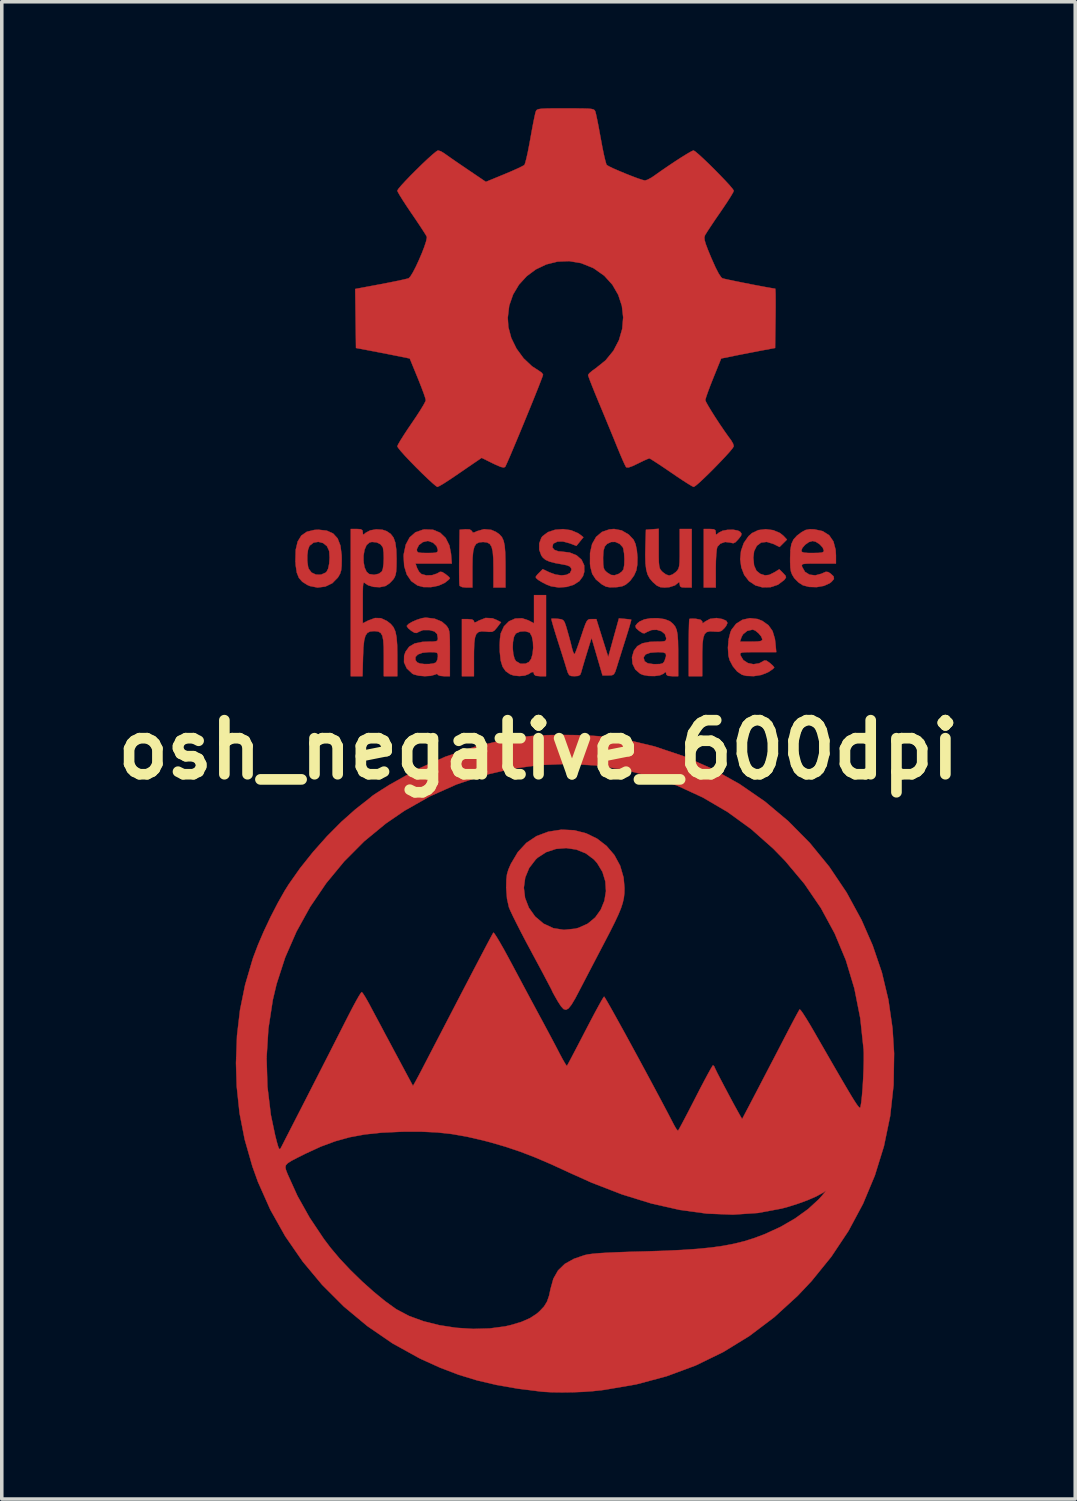
<source format=kicad_pcb>
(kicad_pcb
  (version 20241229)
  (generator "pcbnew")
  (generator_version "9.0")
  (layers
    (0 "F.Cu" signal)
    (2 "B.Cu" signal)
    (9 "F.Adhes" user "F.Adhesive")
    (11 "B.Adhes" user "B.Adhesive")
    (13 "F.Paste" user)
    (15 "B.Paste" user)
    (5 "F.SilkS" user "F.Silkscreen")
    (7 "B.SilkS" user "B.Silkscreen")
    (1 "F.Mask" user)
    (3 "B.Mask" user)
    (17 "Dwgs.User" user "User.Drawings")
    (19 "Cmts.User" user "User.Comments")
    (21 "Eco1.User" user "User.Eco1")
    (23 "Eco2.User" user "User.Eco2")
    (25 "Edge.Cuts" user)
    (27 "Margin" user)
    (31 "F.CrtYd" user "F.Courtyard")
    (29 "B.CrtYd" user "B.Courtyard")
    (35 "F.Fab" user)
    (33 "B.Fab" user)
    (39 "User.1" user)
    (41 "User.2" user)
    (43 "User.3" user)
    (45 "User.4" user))
  (footprint "osh_negative_600dpi"
    (layer "F.Cu")
    (at 12.127 18.081)
    (property "Reference" "osh_negative_600dpi" (at 0 0 0) (layer "F.SilkS") (effects (font (size 1.524 1.524) (thickness 0.3))))
    (attr through_hole)
    (fp_poly (pts (xy -1.297 -3.706) (xy -1.182 -3.66) (xy -1.056 -3.595) (xy -1.166 -3.451) (xy -1.239 -3.364) (xy -1.305 -3.326) (xy -1.4 -3.323) (xy -1.479 -3.331) (xy -1.601 -3.338) (xy -1.69 -3.319) (xy -1.752 -3.264) (xy -1.79 -3.163) (xy -1.811 -3.003) (xy -1.819 -2.776) (xy -1.82 -2.615) (xy -1.82 -2.074) (xy -2.159 -2.074) (xy -2.159 -3.683) (xy -1.99 -3.683) (xy -1.871 -3.672) (xy -1.823 -3.637) (xy -1.82 -3.62) (xy -1.808 -3.587) (xy -1.758 -3.599) (xy -1.683 -3.641) (xy -1.491 -3.716) (xy -1.297 -3.706)) (stroke (width 0.01) (type solid)) (fill yes) (layer "F.Cu"))
    (fp_poly (pts (xy 4.936 -6.216) (xy 4.985 -6.188) (xy 4.995 -6.132) (xy 4.999 -6.07) (xy 5.025 -6.071) (xy 5.084 -6.121) (xy 5.187 -6.173) (xy 5.333 -6.2) (xy 5.488 -6.202) (xy 5.621 -6.177) (xy 5.689 -6.138) (xy 5.721 -6.09) (xy 5.709 -6.036) (xy 5.645 -5.95) (xy 5.633 -5.936) (xy 5.552 -5.85) (xy 5.489 -5.821) (xy 5.414 -5.836) (xy 5.404 -5.84) (xy 5.258 -5.857) (xy 5.125 -5.81) (xy 5.04 -5.72) (xy 5.023 -5.646) (xy 5.009 -5.507) (xy 4.999 -5.322) (xy 4.995 -5.11) (xy 4.995 -5.104) (xy 4.995 -4.572) (xy 4.657 -4.572) (xy 4.657 -6.223) (xy 4.826 -6.223) (xy 4.936 -6.216)) (stroke (width 0.01) (type solid)) (fill yes) (layer "F.Cu"))
    (fp_poly (pts (xy 5.182 -3.684) (xy 5.292 -3.635) (xy 5.325 -3.574) (xy 5.286 -3.488) (xy 5.233 -3.423) (xy 5.159 -3.353) (xy 5.079 -3.326) (xy 4.958 -3.331) (xy 4.944 -3.333) (xy 4.826 -3.338) (xy 4.739 -3.317) (xy 4.68 -3.259) (xy 4.643 -3.153) (xy 4.623 -2.99) (xy 4.615 -2.757) (xy 4.614 -2.615) (xy 4.614 -2.074) (xy 4.233 -2.074) (xy 4.233 -2.872) (xy 4.234 -3.123) (xy 4.237 -3.343) (xy 4.241 -3.52) (xy 4.246 -3.639) (xy 4.252 -3.688) (xy 4.252 -3.688) (xy 4.302 -3.696) (xy 4.405 -3.694) (xy 4.443 -3.69) (xy 4.565 -3.666) (xy 4.613 -3.621) (xy 4.614 -3.608) (xy 4.622 -3.567) (xy 4.66 -3.585) (xy 4.691 -3.612) (xy 4.835 -3.69) (xy 5.016 -3.713) (xy 5.182 -3.684)) (stroke (width 0.01) (type solid)) (fill yes) (layer "F.Cu"))
    (fp_poly (pts (xy 6.616 -6.189) (xy 6.805 -6.109) (xy 6.903 -6.03) (xy 7.002 -5.924) (xy 6.793 -5.716) (xy 6.619 -5.802) (xy 6.433 -5.859) (xy 6.274 -5.84) (xy 6.153 -5.75) (xy 6.076 -5.597) (xy 6.054 -5.415) (xy 6.075 -5.196) (xy 6.142 -5.045) (xy 6.251 -4.958) (xy 6.383 -4.916) (xy 6.504 -4.93) (xy 6.642 -4.999) (xy 6.786 -5.087) (xy 6.894 -4.979) (xy 6.962 -4.905) (xy 6.975 -4.857) (xy 6.937 -4.801) (xy 6.919 -4.781) (xy 6.747 -4.651) (xy 6.536 -4.582) (xy 6.309 -4.578) (xy 6.115 -4.632) (xy 5.931 -4.754) (xy 5.797 -4.929) (xy 5.715 -5.141) (xy 5.684 -5.372) (xy 5.707 -5.606) (xy 5.785 -5.828) (xy 5.918 -6.019) (xy 6.017 -6.107) (xy 6.194 -6.191) (xy 6.403 -6.217) (xy 6.616 -6.189)) (stroke (width 0.01) (type solid)) (fill yes) (layer "F.Cu"))
    (fp_poly (pts (xy 3.387 -5.673) (xy 3.387 -5.446) (xy 3.391 -5.287) (xy 3.401 -5.181) (xy 3.419 -5.111) (xy 3.449 -5.061) (xy 3.491 -5.015) (xy 3.587 -4.943) (xy 3.678 -4.911) (xy 3.683 -4.911) (xy 3.773 -4.939) (xy 3.87 -5.009) (xy 3.875 -5.015) (xy 3.918 -5.061) (xy 3.947 -5.112) (xy 3.965 -5.183) (xy 3.975 -5.29) (xy 3.979 -5.449) (xy 3.979 -5.671) (xy 3.979 -6.223) (xy 4.318 -6.223) (xy 4.318 -4.572) (xy 4.149 -4.572) (xy 4.039 -4.578) (xy 3.99 -4.606) (xy 3.979 -4.667) (xy 3.968 -4.724) (xy 3.947 -4.716) (xy 3.846 -4.634) (xy 3.688 -4.583) (xy 3.554 -4.572) (xy 3.433 -4.583) (xy 3.336 -4.627) (xy 3.228 -4.721) (xy 3.217 -4.732) (xy 3.134 -4.829) (xy 3.074 -4.939) (xy 3.036 -5.077) (xy 3.014 -5.256) (xy 3.008 -5.492) (xy 3.014 -5.779) (xy 3.027 -6.202) (xy 3.207 -6.215) (xy 3.387 -6.228) (xy 3.387 -5.673)) (stroke (width 0.01) (type solid)) (fill yes) (layer "F.Cu"))
    (fp_poly (pts (xy -1.331 -6.198) (xy -1.198 -6.14) (xy -1.102 -6.072) (xy -1.032 -5.994) (xy -0.984 -5.891) (xy -0.954 -5.75) (xy -0.938 -5.556) (xy -0.932 -5.297) (xy -0.931 -5.188) (xy -0.931 -4.572) (xy -1.27 -4.572) (xy -1.27 -5.118) (xy -1.274 -5.388) (xy -1.29 -5.584) (xy -1.322 -5.719) (xy -1.374 -5.801) (xy -1.45 -5.843) (xy -1.556 -5.856) (xy -1.566 -5.856) (xy -1.675 -5.845) (xy -1.754 -5.806) (xy -1.807 -5.727) (xy -1.841 -5.598) (xy -1.858 -5.407) (xy -1.863 -5.143) (xy -1.863 -5.118) (xy -1.863 -4.572) (xy -2.033 -4.572) (xy -2.153 -4.585) (xy -2.22 -4.618) (xy -2.225 -4.626) (xy -2.231 -4.685) (xy -2.235 -4.813) (xy -2.237 -4.996) (xy -2.237 -5.22) (xy -2.234 -5.441) (xy -2.223 -6.202) (xy -2.063 -6.215) (xy -1.941 -6.211) (xy -1.883 -6.171) (xy -1.879 -6.163) (xy -1.853 -6.123) (xy -1.803 -6.128) (xy -1.734 -6.161) (xy -1.536 -6.218) (xy -1.331 -6.198)) (stroke (width 0.01) (type solid)) (fill yes) (layer "F.Cu"))
    (fp_poly (pts (xy -5.968 -6.176) (xy -5.789 -6.096) (xy -5.662 -5.957) (xy -5.583 -5.754) (xy -5.548 -5.482) (xy -5.546 -5.369) (xy -5.549 -5.185) (xy -5.562 -5.059) (xy -5.591 -4.964) (xy -5.642 -4.874) (xy -5.656 -4.853) (xy -5.811 -4.695) (xy -6.008 -4.6) (xy -6.227 -4.572) (xy -6.448 -4.616) (xy -6.516 -4.646) (xy -6.657 -4.735) (xy -6.753 -4.844) (xy -6.812 -4.991) (xy -6.843 -5.194) (xy -6.851 -5.333) (xy -6.847 -5.484) (xy -6.516 -5.484) (xy -6.516 -5.312) (xy -6.494 -5.157) (xy -6.478 -5.103) (xy -6.397 -4.995) (xy -6.272 -4.937) (xy -6.13 -4.935) (xy -6 -4.993) (xy -5.975 -5.015) (xy -5.93 -5.101) (xy -5.9 -5.243) (xy -5.888 -5.41) (xy -5.897 -5.573) (xy -5.902 -5.606) (xy -5.963 -5.739) (xy -6.071 -5.826) (xy -6.204 -5.861) (xy -6.338 -5.839) (xy -6.449 -5.754) (xy -6.457 -5.743) (xy -6.496 -5.638) (xy -6.516 -5.484) (xy -6.847 -5.484) (xy -6.843 -5.635) (xy -6.788 -5.869) (xy -6.684 -6.038) (xy -6.529 -6.145) (xy -6.318 -6.196) (xy -6.202 -6.202) (xy -5.968 -6.176)) (stroke (width 0.01) (type solid)) (fill yes) (layer "F.Cu"))
    (fp_poly (pts (xy 0.212 -2.074) (xy 0.042 -2.074) (xy -0.075 -2.085) (xy -0.124 -2.12) (xy -0.127 -2.138) (xy -0.145 -2.193) (xy -0.203 -2.183) (xy -0.273 -2.136) (xy -0.385 -2.092) (xy -0.54 -2.077) (xy -0.698 -2.093) (xy -0.8 -2.128) (xy -0.927 -2.217) (xy -1.013 -2.341) (xy -1.066 -2.515) (xy -1.091 -2.756) (xy -1.092 -2.761) (xy -1.093 -2.867) (xy -0.727 -2.867) (xy -0.711 -2.699) (xy -0.675 -2.562) (xy -0.635 -2.498) (xy -0.508 -2.424) (xy -0.365 -2.428) (xy -0.269 -2.475) (xy -0.207 -2.562) (xy -0.167 -2.703) (xy -0.15 -2.872) (xy -0.157 -3.043) (xy -0.187 -3.192) (xy -0.241 -3.291) (xy -0.26 -3.307) (xy -0.378 -3.341) (xy -0.519 -3.331) (xy -0.634 -3.281) (xy -0.642 -3.274) (xy -0.692 -3.183) (xy -0.72 -3.038) (xy -0.727 -2.867) (xy -1.093 -2.867) (xy -1.095 -2.951) (xy -1.086 -3.131) (xy -1.067 -3.267) (xy -1.064 -3.283) (xy -0.973 -3.48) (xy -0.833 -3.621) (xy -0.658 -3.699) (xy -0.463 -3.707) (xy -0.286 -3.648) (xy -0.127 -3.565) (xy -0.127 -4.36) (xy 0.212 -4.36) (xy 0.212 -2.074)) (stroke (width 0.01) (type solid)) (fill yes) (layer "F.Cu"))
    (fp_poly (pts (xy 2.344 -6.182) (xy 2.542 -6.066) (xy 2.679 -5.92) (xy 2.734 -5.799) (xy 2.771 -5.623) (xy 2.789 -5.42) (xy 2.784 -5.218) (xy 2.757 -5.057) (xy 2.693 -4.913) (xy 2.59 -4.771) (xy 2.562 -4.743) (xy 2.459 -4.655) (xy 2.358 -4.608) (xy 2.219 -4.585) (xy 2.17 -4.582) (xy 2.013 -4.578) (xy 1.902 -4.598) (xy 1.801 -4.651) (xy 1.782 -4.664) (xy 1.616 -4.802) (xy 1.514 -4.958) (xy 1.461 -5.157) (xy 1.451 -5.24) (xy 1.452 -5.394) (xy 1.82 -5.394) (xy 1.823 -5.231) (xy 1.836 -5.129) (xy 1.865 -5.063) (xy 1.918 -5.01) (xy 1.932 -4.998) (xy 2.043 -4.928) (xy 2.143 -4.918) (xy 2.262 -4.959) (xy 2.351 -5.024) (xy 2.395 -5.088) (xy 2.416 -5.211) (xy 2.421 -5.371) (xy 2.412 -5.534) (xy 2.39 -5.665) (xy 2.374 -5.71) (xy 2.285 -5.805) (xy 2.161 -5.859) (xy 2.043 -5.856) (xy 1.933 -5.803) (xy 1.866 -5.727) (xy 1.831 -5.608) (xy 1.82 -5.428) (xy 1.82 -5.394) (xy 1.452 -5.394) (xy 1.452 -5.545) (xy 1.51 -5.8) (xy 1.623 -6) (xy 1.787 -6.139) (xy 1.998 -6.212) (xy 2.129 -6.223) (xy 2.344 -6.182)) (stroke (width 0.01) (type solid)) (fill yes) (layer "F.Cu"))
    (fp_poly (pts (xy 0.914 -6.188) (xy 1.112 -6.105) (xy 1.172 -6.064) (xy 1.265 -5.99) (xy 1.068 -5.747) (xy 0.879 -5.819) (xy 0.69 -5.87) (xy 0.535 -5.869) (xy 0.429 -5.817) (xy 0.409 -5.793) (xy 0.391 -5.705) (xy 0.445 -5.635) (xy 0.557 -5.593) (xy 0.63 -5.588) (xy 0.877 -5.559) (xy 1.073 -5.48) (xy 1.213 -5.357) (xy 1.287 -5.2) (xy 1.29 -5.016) (xy 1.253 -4.893) (xy 1.152 -4.754) (xy 0.992 -4.651) (xy 0.793 -4.59) (xy 0.573 -4.574) (xy 0.353 -4.608) (xy 0.233 -4.653) (xy 0.106 -4.718) (xy -0.001 -4.783) (xy -0.021 -4.798) (xy -0.073 -4.844) (xy -0.075 -4.884) (xy -0.024 -4.947) (xy 0.007 -4.978) (xy 0.119 -5.091) (xy 0.306 -5.001) (xy 0.481 -4.938) (xy 0.647 -4.915) (xy 0.787 -4.931) (xy 0.886 -4.982) (xy 0.927 -5.066) (xy 0.925 -5.104) (xy 0.891 -5.16) (xy 0.804 -5.199) (xy 0.698 -5.221) (xy 0.47 -5.262) (xy 0.31 -5.304) (xy 0.2 -5.352) (xy 0.125 -5.414) (xy 0.08 -5.474) (xy 0.02 -5.638) (xy 0.021 -5.816) (xy 0.08 -5.976) (xy 0.113 -6.02) (xy 0.267 -6.135) (xy 0.468 -6.201) (xy 0.692 -6.219) (xy 0.914 -6.188)) (stroke (width 0.01) (type solid)) (fill yes) (layer "F.Cu"))
    (fp_poly (pts (xy -2.973 -6.201) (xy -2.773 -6.118) (xy -2.617 -5.969) (xy -2.512 -5.76) (xy -2.466 -5.525) (xy -2.444 -5.249) (xy -3.467 -5.249) (xy -3.422 -5.121) (xy -3.367 -5.018) (xy -3.3 -4.952) (xy -3.162 -4.915) (xy -3 -4.921) (xy -2.861 -4.967) (xy -2.845 -4.977) (xy -2.776 -5.016) (xy -2.715 -5.01) (xy -2.627 -4.955) (xy -2.624 -4.953) (xy -2.541 -4.887) (xy -2.499 -4.839) (xy -2.498 -4.834) (xy -2.53 -4.794) (xy -2.61 -4.73) (xy -2.65 -4.701) (xy -2.822 -4.624) (xy -3.032 -4.584) (xy -3.243 -4.586) (xy -3.411 -4.63) (xy -3.587 -4.754) (xy -3.713 -4.94) (xy -3.786 -5.178) (xy -3.802 -5.457) (xy -3.798 -5.514) (xy -3.773 -5.63) (xy -3.429 -5.63) (xy -3.421 -5.586) (xy -3.385 -5.56) (xy -3.303 -5.549) (xy -3.156 -5.546) (xy -3.133 -5.546) (xy -2.977 -5.548) (xy -2.888 -5.558) (xy -2.847 -5.582) (xy -2.836 -5.624) (xy -2.836 -5.63) (xy -2.874 -5.742) (xy -2.97 -5.834) (xy -3.097 -5.882) (xy -3.133 -5.884) (xy -3.263 -5.852) (xy -3.37 -5.77) (xy -3.426 -5.661) (xy -3.429 -5.63) (xy -3.773 -5.63) (xy -3.742 -5.78) (xy -3.632 -5.986) (xy -3.469 -6.129) (xy -3.256 -6.204) (xy -3.21 -6.211) (xy -2.973 -6.201)) (stroke (width 0.01) (type solid)) (fill yes) (layer "F.Cu"))
    (fp_poly (pts (xy 6.176 -3.685) (xy 6.307 -3.633) (xy 6.48 -3.51) (xy 6.596 -3.346) (xy 6.662 -3.126) (xy 6.677 -3.005) (xy 6.7 -2.752) (xy 6.184 -2.752) (xy 5.968 -2.751) (xy 5.823 -2.748) (xy 5.737 -2.74) (xy 5.695 -2.724) (xy 5.685 -2.698) (xy 5.694 -2.658) (xy 5.695 -2.656) (xy 5.772 -2.528) (xy 5.901 -2.444) (xy 6.057 -2.411) (xy 6.216 -2.436) (xy 6.299 -2.479) (xy 6.367 -2.518) (xy 6.426 -2.512) (xy 6.509 -2.454) (xy 6.518 -2.448) (xy 6.599 -2.376) (xy 6.642 -2.325) (xy 6.644 -2.32) (xy 6.612 -2.283) (xy 6.528 -2.222) (xy 6.463 -2.182) (xy 6.279 -2.109) (xy 6.064 -2.075) (xy 5.855 -2.083) (xy 5.734 -2.115) (xy 5.599 -2.206) (xy 5.477 -2.353) (xy 5.386 -2.526) (xy 5.353 -2.648) (xy 5.338 -2.878) (xy 5.353 -3.048) (xy 5.677 -3.048) (xy 5.992 -3.048) (xy 6.158 -3.051) (xy 6.255 -3.063) (xy 6.3 -3.086) (xy 6.308 -3.113) (xy 6.276 -3.193) (xy 6.2 -3.285) (xy 6.109 -3.359) (xy 6.037 -3.387) (xy 5.882 -3.351) (xy 5.764 -3.255) (xy 5.722 -3.178) (xy 5.677 -3.048) (xy 5.353 -3.048) (xy 5.358 -3.112) (xy 5.408 -3.313) (xy 5.437 -3.381) (xy 5.57 -3.553) (xy 5.749 -3.665) (xy 5.957 -3.71) (xy 6.176 -3.685)) (stroke (width 0.01) (type solid)) (fill yes) (layer "F.Cu"))
    (fp_poly (pts (xy 7.772 -6.213) (xy 8.01 -6.161) (xy 8.19 -6.047) (xy 8.311 -5.872) (xy 8.373 -5.637) (xy 8.382 -5.484) (xy 8.382 -5.249) (xy 7.892 -5.249) (xy 7.683 -5.249) (xy 7.545 -5.245) (xy 7.464 -5.236) (xy 7.428 -5.219) (xy 7.421 -5.19) (xy 7.43 -5.154) (xy 7.509 -5.016) (xy 7.638 -4.935) (xy 7.8 -4.916) (xy 7.978 -4.963) (xy 8.004 -4.976) (xy 8.097 -5.016) (xy 8.165 -5.009) (xy 8.233 -4.965) (xy 8.317 -4.886) (xy 8.326 -4.814) (xy 8.258 -4.734) (xy 8.205 -4.693) (xy 8.043 -4.62) (xy 7.839 -4.584) (xy 7.628 -4.59) (xy 7.451 -4.636) (xy 7.33 -4.714) (xy 7.218 -4.826) (xy 7.197 -4.855) (xy 7.146 -4.939) (xy 7.114 -5.025) (xy 7.097 -5.135) (xy 7.091 -5.293) (xy 7.091 -5.402) (xy 7.098 -5.611) (xy 7.408 -5.611) (xy 7.424 -5.577) (xy 7.48 -5.557) (xy 7.593 -5.547) (xy 7.726 -5.546) (xy 7.892 -5.549) (xy 7.99 -5.56) (xy 8.035 -5.584) (xy 8.043 -5.611) (xy 8.008 -5.701) (xy 7.922 -5.793) (xy 7.813 -5.863) (xy 7.726 -5.884) (xy 7.621 -5.854) (xy 7.514 -5.779) (xy 7.434 -5.686) (xy 7.408 -5.611) (xy 7.098 -5.611) (xy 7.098 -5.632) (xy 7.127 -5.8) (xy 7.186 -5.927) (xy 7.285 -6.036) (xy 7.412 -6.132) (xy 7.526 -6.194) (xy 7.645 -6.217) (xy 7.772 -6.213)) (stroke (width 0.01) (type solid)) (fill yes) (layer "F.Cu"))
    (fp_poly (pts (xy 3.555 -3.681) (xy 3.698 -3.625) (xy 3.712 -3.615) (xy 3.793 -3.547) (xy 3.852 -3.473) (xy 3.893 -3.378) (xy 3.918 -3.248) (xy 3.931 -3.069) (xy 3.936 -2.826) (xy 3.936 -2.699) (xy 3.937 -2.074) (xy 3.768 -2.074) (xy 3.653 -2.083) (xy 3.604 -2.115) (xy 3.598 -2.144) (xy 3.592 -2.191) (xy 3.56 -2.178) (xy 3.521 -2.144) (xy 3.422 -2.099) (xy 3.273 -2.078) (xy 3.105 -2.081) (xy 2.949 -2.109) (xy 2.869 -2.141) (xy 2.729 -2.261) (xy 2.649 -2.425) (xy 2.635 -2.589) (xy 2.963 -2.589) (xy 2.991 -2.494) (xy 3.078 -2.437) (xy 3.235 -2.414) (xy 3.29 -2.413) (xy 3.424 -2.417) (xy 3.499 -2.437) (xy 3.54 -2.483) (xy 3.557 -2.522) (xy 3.595 -2.643) (xy 3.586 -2.712) (xy 3.518 -2.744) (xy 3.378 -2.752) (xy 3.363 -2.752) (xy 3.152 -2.736) (xy 3.02 -2.689) (xy 2.965 -2.611) (xy 2.963 -2.589) (xy 2.635 -2.589) (xy 2.634 -2.611) (xy 2.689 -2.795) (xy 2.785 -2.921) (xy 2.929 -3.001) (xy 3.131 -3.041) (xy 3.3 -3.048) (xy 3.455 -3.05) (xy 3.545 -3.059) (xy 3.586 -3.081) (xy 3.598 -3.125) (xy 3.598 -3.151) (xy 3.561 -3.261) (xy 3.466 -3.34) (xy 3.335 -3.381) (xy 3.192 -3.377) (xy 3.058 -3.321) (xy 2.99 -3.283) (xy 2.93 -3.29) (xy 2.844 -3.346) (xy 2.836 -3.351) (xy 2.748 -3.429) (xy 2.731 -3.493) (xy 2.787 -3.565) (xy 2.853 -3.617) (xy 2.986 -3.676) (xy 3.168 -3.707) (xy 3.368 -3.708) (xy 3.555 -3.681)) (stroke (width 0.01) (type solid)) (fill yes) (layer "F.Cu"))
    (fp_poly (pts (xy -2.928 -3.695) (xy -2.725 -3.611) (xy -2.606 -3.509) (xy -2.565 -3.457) (xy -2.536 -3.405) (xy -2.516 -3.338) (xy -2.505 -3.24) (xy -2.5 -3.098) (xy -2.498 -2.896) (xy -2.498 -2.727) (xy -2.498 -2.074) (xy -2.667 -2.074) (xy -2.773 -2.084) (xy -2.832 -2.108) (xy -2.836 -2.118) (xy -2.862 -2.14) (xy -2.918 -2.118) (xy -3.04 -2.084) (xy -3.205 -2.074) (xy -3.375 -2.088) (xy -3.515 -2.124) (xy -3.557 -2.146) (xy -3.714 -2.295) (xy -3.791 -2.466) (xy -3.788 -2.615) (xy -3.468 -2.615) (xy -3.467 -2.528) (xy -3.421 -2.464) (xy -3.344 -2.432) (xy -3.219 -2.416) (xy -3.078 -2.417) (xy -2.955 -2.434) (xy -2.887 -2.464) (xy -2.849 -2.542) (xy -2.836 -2.633) (xy -2.84 -2.699) (xy -2.866 -2.734) (xy -2.933 -2.749) (xy -3.062 -2.752) (xy -3.087 -2.752) (xy -3.27 -2.734) (xy -3.4 -2.686) (xy -3.468 -2.615) (xy -3.788 -2.615) (xy -3.787 -2.653) (xy -3.747 -2.765) (xy -3.645 -2.905) (xy -3.491 -2.996) (xy -3.276 -3.041) (xy -3.116 -3.048) (xy -2.966 -3.05) (xy -2.882 -3.061) (xy -2.846 -3.086) (xy -2.837 -3.133) (xy -2.837 -3.143) (xy -2.859 -3.263) (xy -2.932 -3.335) (xy -3.073 -3.373) (xy -3.083 -3.374) (xy -3.256 -3.373) (xy -3.359 -3.332) (xy -3.432 -3.293) (xy -3.493 -3.297) (xy -3.581 -3.35) (xy -3.592 -3.358) (xy -3.674 -3.427) (xy -3.712 -3.484) (xy -3.712 -3.493) (xy -3.662 -3.546) (xy -3.557 -3.608) (xy -3.423 -3.666) (xy -3.286 -3.709) (xy -3.177 -3.725) (xy -2.928 -3.695)) (stroke (width 0.01) (type solid)) (fill yes) (layer "F.Cu"))
    (fp_poly (pts (xy 2.435 -3.689) (xy 2.543 -3.678) (xy 2.607 -3.668) (xy 2.614 -3.666) (xy 2.605 -3.624) (xy 2.575 -3.517) (xy 2.528 -3.359) (xy 2.468 -3.166) (xy 2.45 -3.109) (xy 2.378 -2.882) (xy 2.309 -2.661) (xy 2.249 -2.471) (xy 2.207 -2.335) (xy 2.205 -2.328) (xy 2.162 -2.197) (xy 2.123 -2.128) (xy 2.069 -2.1) (xy 1.98 -2.096) (xy 1.968 -2.095) (xy 1.804 -2.095) (xy 1.649 -2.625) (xy 1.495 -3.154) (xy 1.364 -2.73) (xy 1.306 -2.54) (xy 1.255 -2.369) (xy 1.218 -2.24) (xy 1.205 -2.191) (xy 1.174 -2.113) (xy 1.115 -2.081) (xy 1.014 -2.074) (xy 0.92 -2.079) (xy 0.865 -2.105) (xy 0.826 -2.173) (xy 0.786 -2.297) (xy 0.749 -2.42) (xy 0.692 -2.602) (xy 0.623 -2.819) (xy 0.55 -3.049) (xy 0.534 -3.099) (xy 0.469 -3.306) (xy 0.416 -3.482) (xy 0.379 -3.613) (xy 0.362 -3.684) (xy 0.362 -3.693) (xy 0.409 -3.698) (xy 0.509 -3.694) (xy 0.548 -3.691) (xy 0.638 -3.679) (xy 0.695 -3.653) (xy 0.736 -3.595) (xy 0.775 -3.484) (xy 0.802 -3.393) (xy 0.855 -3.206) (xy 0.907 -3.013) (xy 0.937 -2.888) (xy 0.97 -2.772) (xy 1.001 -2.704) (xy 1.018 -2.698) (xy 1.042 -2.749) (xy 1.086 -2.863) (xy 1.143 -3.024) (xy 1.205 -3.207) (xy 1.272 -3.409) (xy 1.321 -3.543) (xy 1.36 -3.625) (xy 1.398 -3.666) (xy 1.442 -3.681) (xy 1.496 -3.683) (xy 1.63 -3.683) (xy 1.797 -3.149) (xy 1.965 -2.616) (xy 2.115 -3.16) (xy 2.266 -3.704) (xy 2.435 -3.689)) (stroke (width 0.01) (type solid)) (fill yes) (layer "F.Cu"))
    (fp_poly (pts (xy -5.012 -6.216) (xy -4.964 -6.188) (xy -4.953 -6.132) (xy -4.948 -6.07) (xy -4.919 -6.073) (xy -4.87 -6.116) (xy -4.743 -6.183) (xy -4.575 -6.213) (xy -4.401 -6.202) (xy -4.283 -6.163) (xy -4.167 -6.085) (xy -4.086 -5.98) (xy -4.035 -5.835) (xy -4.008 -5.634) (xy -4 -5.376) (xy -4.003 -5.17) (xy -4.011 -5.028) (xy -4.029 -4.929) (xy -4.059 -4.855) (xy -4.095 -4.8) (xy -4.194 -4.695) (xy -4.308 -4.618) (xy -4.318 -4.614) (xy -4.472 -4.582) (xy -4.644 -4.59) (xy -4.799 -4.635) (xy -4.872 -4.681) (xy -4.904 -4.707) (xy -4.926 -4.71) (xy -4.94 -4.677) (xy -4.948 -4.599) (xy -4.952 -4.463) (xy -4.953 -4.258) (xy -4.953 -4.16) (xy -4.953 -3.565) (xy -4.796 -3.645) (xy -4.607 -3.714) (xy -4.44 -3.709) (xy -4.272 -3.63) (xy -4.271 -3.629) (xy -4.164 -3.546) (xy -4.086 -3.452) (xy -4.033 -3.331) (xy -4.001 -3.171) (xy -3.984 -2.955) (xy -3.979 -2.671) (xy -3.979 -2.656) (xy -3.979 -2.074) (xy -4.36 -2.074) (xy -4.36 -2.639) (xy -4.363 -2.9) (xy -4.376 -3.088) (xy -4.402 -3.215) (xy -4.447 -3.292) (xy -4.515 -3.331) (xy -4.612 -3.344) (xy -4.643 -3.344) (xy -4.748 -3.333) (xy -4.825 -3.293) (xy -4.879 -3.212) (xy -4.914 -3.08) (xy -4.935 -2.885) (xy -4.946 -2.62) (xy -4.96 -2.074) (xy -5.292 -2.074) (xy -5.292 -5.474) (xy -4.931 -5.474) (xy -4.931 -5.3) (xy -4.902 -5.139) (xy -4.844 -5.014) (xy -4.772 -4.953) (xy -4.634 -4.931) (xy -4.498 -4.962) (xy -4.413 -5.027) (xy -4.386 -5.106) (xy -4.368 -5.24) (xy -4.361 -5.402) (xy -4.366 -5.561) (xy -4.384 -5.691) (xy -4.386 -5.702) (xy -4.449 -5.789) (xy -4.562 -5.845) (xy -4.694 -5.858) (xy -4.763 -5.842) (xy -4.847 -5.768) (xy -4.903 -5.638) (xy -4.931 -5.474) (xy -5.292 -5.474) (xy -5.292 -6.223) (xy -5.122 -6.223) (xy -5.012 -6.216)) (stroke (width 0.01) (type solid)) (fill yes) (layer "F.Cu"))
    (fp_poly (pts (xy 1.006 2.268) (xy 1.343 2.355) (xy 1.65 2.504) (xy 1.917 2.71) (xy 2.137 2.966) (xy 2.3 3.266) (xy 2.398 3.603) (xy 2.423 3.895) (xy 2.42 4.038) (xy 2.405 4.173) (xy 2.374 4.312) (xy 2.324 4.466) (xy 2.249 4.648) (xy 2.145 4.869) (xy 2.009 5.14) (xy 1.842 5.461) (xy 1.696 5.74) (xy 1.539 6.041) (xy 1.384 6.338) (xy 1.245 6.605) (xy 1.163 6.763) (xy 1.033 7.01) (xy 0.929 7.184) (xy 0.846 7.289) (xy 0.774 7.328) (xy 0.705 7.307) (xy 0.633 7.228) (xy 0.547 7.095) (xy 0.531 7.067) (xy 0.457 6.938) (xy 0.403 6.84) (xy 0.381 6.793) (xy 0.381 6.792) (xy 0.362 6.751) (xy 0.307 6.646) (xy 0.222 6.485) (xy 0.113 6.278) (xy -0.017 6.035) (xy -0.162 5.766) (xy -0.189 5.715) (xy -0.342 5.43) (xy -0.485 5.157) (xy -0.611 4.91) (xy -0.716 4.699) (xy -0.792 4.538) (xy -0.834 4.439) (xy -0.835 4.435) (xy -0.888 4.198) (xy -0.91 3.902) (xy -0.91 3.887) (xy -0.414 3.887) (xy -0.379 4.175) (xy -0.272 4.451) (xy -0.095 4.7) (xy 0.145 4.902) (xy 0.418 5.028) (xy 0.716 5.075) (xy 1.034 5.042) (xy 1.129 5.017) (xy 1.388 4.9) (xy 1.598 4.725) (xy 1.755 4.505) (xy 1.857 4.254) (xy 1.901 3.984) (xy 1.883 3.709) (xy 1.802 3.442) (xy 1.653 3.195) (xy 1.563 3.093) (xy 1.332 2.919) (xy 1.066 2.812) (xy 0.78 2.77) (xy 0.492 2.794) (xy 0.218 2.884) (xy -0.024 3.04) (xy -0.081 3.094) (xy -0.264 3.333) (xy -0.375 3.602) (xy -0.414 3.887) (xy -0.91 3.887) (xy -0.91 3.852) (xy -0.906 3.658) (xy -0.889 3.512) (xy -0.851 3.381) (xy -0.786 3.23) (xy -0.779 3.215) (xy -0.583 2.884) (xy -0.343 2.624) (xy -0.055 2.432) (xy 0.274 2.309) (xy 0.647 2.251) (xy 1.006 2.268)) (stroke (width 0.01) (type solid)) (fill yes) (layer "F.Cu"))
    (fp_poly (pts (xy 1.042 -18.076) (xy 1.248 -18.074) (xy 1.394 -18.07) (xy 1.49 -18.061) (xy 1.548 -18.047) (xy 1.579 -18.027) (xy 1.596 -17.998) (xy 1.603 -17.981) (xy 1.621 -17.908) (xy 1.651 -17.768) (xy 1.689 -17.578) (xy 1.73 -17.354) (xy 1.757 -17.209) (xy 1.8 -16.977) (xy 1.842 -16.773) (xy 1.88 -16.612) (xy 1.909 -16.51) (xy 1.922 -16.482) (xy 1.982 -16.445) (xy 2.101 -16.387) (xy 2.262 -16.317) (xy 2.444 -16.241) (xy 2.628 -16.168) (xy 2.795 -16.105) (xy 2.925 -16.062) (xy 3 -16.044) (xy 3.001 -16.044) (xy 3.077 -16.068) (xy 3.189 -16.129) (xy 3.264 -16.18) (xy 3.453 -16.314) (xy 3.653 -16.451) (xy 3.852 -16.584) (xy 4.036 -16.703) (xy 4.192 -16.799) (xy 4.307 -16.865) (xy 4.366 -16.891) (xy 4.368 -16.891) (xy 4.417 -16.862) (xy 4.511 -16.783) (xy 4.64 -16.665) (xy 4.791 -16.521) (xy 4.952 -16.362) (xy 5.112 -16.199) (xy 5.259 -16.046) (xy 5.381 -15.914) (xy 5.466 -15.813) (xy 5.503 -15.757) (xy 5.503 -15.754) (xy 5.48 -15.701) (xy 5.416 -15.593) (xy 5.32 -15.442) (xy 5.199 -15.261) (xy 5.117 -15.141) (xy 4.981 -14.944) (xy 4.861 -14.765) (xy 4.765 -14.619) (xy 4.703 -14.52) (xy 4.687 -14.489) (xy 4.675 -14.436) (xy 4.682 -14.361) (xy 4.714 -14.251) (xy 4.774 -14.091) (xy 4.866 -13.869) (xy 4.87 -13.86) (xy 4.985 -13.601) (xy 5.078 -13.42) (xy 5.149 -13.316) (xy 5.183 -13.288) (xy 5.243 -13.272) (xy 5.369 -13.244) (xy 5.544 -13.208) (xy 5.75 -13.166) (xy 5.97 -13.122) (xy 6.187 -13.081) (xy 6.383 -13.044) (xy 6.541 -13.016) (xy 6.645 -12.999) (xy 6.672 -12.996) (xy 6.677 -12.956) (xy 6.681 -12.844) (xy 6.682 -12.673) (xy 6.682 -12.455) (xy 6.68 -12.204) (xy 6.679 -12.16) (xy 6.668 -11.324) (xy 6.265 -11.249) (xy 6.033 -11.204) (xy 5.779 -11.155) (xy 5.551 -11.11) (xy 5.506 -11.1) (xy 5.148 -11.028) (xy 4.925 -10.477) (xy 4.844 -10.273) (xy 4.776 -10.091) (xy 4.727 -9.951) (xy 4.703 -9.867) (xy 4.701 -9.855) (xy 4.723 -9.799) (xy 4.785 -9.688) (xy 4.876 -9.537) (xy 4.988 -9.36) (xy 5.112 -9.171) (xy 5.238 -8.986) (xy 5.357 -8.818) (xy 5.426 -8.726) (xy 5.482 -8.63) (xy 5.503 -8.556) (xy 5.474 -8.506) (xy 5.396 -8.409) (xy 5.279 -8.279) (xy 5.136 -8.127) (xy 4.978 -7.964) (xy 4.817 -7.802) (xy 4.664 -7.654) (xy 4.533 -7.531) (xy 4.433 -7.446) (xy 4.377 -7.409) (xy 4.373 -7.408) (xy 4.324 -7.431) (xy 4.217 -7.495) (xy 4.067 -7.591) (xy 3.885 -7.712) (xy 3.741 -7.811) (xy 3.545 -7.944) (xy 3.373 -8.059) (xy 3.237 -8.147) (xy 3.15 -8.2) (xy 3.123 -8.213) (xy 3.071 -8.195) (xy 2.965 -8.148) (xy 2.825 -8.08) (xy 2.797 -8.066) (xy 2.637 -7.991) (xy 2.536 -7.956) (xy 2.479 -7.959) (xy 2.465 -7.971) (xy 2.435 -8.028) (xy 2.38 -8.147) (xy 2.309 -8.312) (xy 2.228 -8.507) (xy 2.21 -8.551) (xy 2.118 -8.778) (xy 2.004 -9.054) (xy 1.881 -9.353) (xy 1.759 -9.647) (xy 1.696 -9.797) (xy 1.601 -10.027) (xy 1.518 -10.233) (xy 1.453 -10.399) (xy 1.411 -10.514) (xy 1.397 -10.562) (xy 1.43 -10.61) (xy 1.515 -10.683) (xy 1.603 -10.745) (xy 1.89 -10.975) (xy 2.111 -11.246) (xy 2.267 -11.545) (xy 2.359 -11.863) (xy 2.386 -12.188) (xy 2.349 -12.511) (xy 2.247 -12.821) (xy 2.082 -13.107) (xy 1.854 -13.359) (xy 1.562 -13.565) (xy 1.533 -13.581) (xy 1.2 -13.715) (xy 0.864 -13.772) (xy 0.534 -13.758) (xy 0.219 -13.679) (xy -0.073 -13.54) (xy -0.332 -13.348) (xy -0.55 -13.11) (xy -0.717 -12.831) (xy -0.826 -12.518) (xy -0.867 -12.176) (xy -0.85 -11.913) (xy -0.768 -11.606) (xy -0.621 -11.306) (xy -0.422 -11.034) (xy -0.185 -10.81) (xy 0.008 -10.685) (xy 0.091 -10.627) (xy 0.128 -10.573) (xy 0.128 -10.572) (xy 0.112 -10.521) (xy 0.068 -10.404) (xy 0.001 -10.231) (xy -0.085 -10.015) (xy -0.185 -9.767) (xy -0.295 -9.498) (xy -0.409 -9.22) (xy -0.523 -8.944) (xy -0.633 -8.681) (xy -0.733 -8.443) (xy -0.818 -8.242) (xy -0.886 -8.088) (xy -0.929 -7.994) (xy -0.942 -7.971) (xy -0.984 -7.955) (xy -1.068 -7.974) (xy -1.206 -8.033) (xy -1.292 -8.074) (xy -1.603 -8.228) (xy -1.764 -8.118) (xy -1.864 -8.05) (xy -2.012 -7.949) (xy -2.189 -7.827) (xy -2.363 -7.708) (xy -2.533 -7.594) (xy -2.681 -7.499) (xy -2.791 -7.435) (xy -2.849 -7.408) (xy -2.85 -7.408) (xy -2.895 -7.437) (xy -2.989 -7.517) (xy -3.121 -7.638) (xy -3.28 -7.79) (xy -3.44 -7.949) (xy -3.613 -8.126) (xy -3.763 -8.285) (xy -3.881 -8.417) (xy -3.956 -8.511) (xy -3.979 -8.553) (xy -3.956 -8.607) (xy -3.892 -8.718) (xy -3.795 -8.872) (xy -3.674 -9.056) (xy -3.577 -9.198) (xy -3.443 -9.396) (xy -3.328 -9.574) (xy -3.24 -9.72) (xy -3.188 -9.818) (xy -3.177 -9.853) (xy -3.193 -9.918) (xy -3.235 -10.044) (xy -3.299 -10.215) (xy -3.378 -10.415) (xy -3.403 -10.477) (xy -3.629 -11.028) (xy -3.984 -11.1) (xy -4.199 -11.143) (xy -4.45 -11.192) (xy -4.691 -11.238) (xy -4.741 -11.248) (xy -5.144 -11.324) (xy -5.166 -12.987) (xy -4.456 -13.12) (xy -4.216 -13.166) (xy -3.999 -13.21) (xy -3.823 -13.248) (xy -3.703 -13.276) (xy -3.659 -13.289) (xy -3.609 -13.342) (xy -3.539 -13.457) (xy -3.457 -13.615) (xy -3.372 -13.799) (xy -3.29 -13.99) (xy -3.22 -14.171) (xy -3.17 -14.323) (xy -3.147 -14.429) (xy -3.149 -14.46) (xy -3.181 -14.517) (xy -3.253 -14.631) (xy -3.356 -14.788) (xy -3.481 -14.975) (xy -3.578 -15.116) (xy -3.711 -15.314) (xy -3.826 -15.49) (xy -3.914 -15.632) (xy -3.967 -15.726) (xy -3.979 -15.757) (xy -3.95 -15.807) (xy -3.87 -15.903) (xy -3.751 -16.032) (xy -3.606 -16.183) (xy -3.445 -16.344) (xy -3.282 -16.504) (xy -3.127 -16.65) (xy -2.993 -16.771) (xy -2.891 -16.855) (xy -2.834 -16.891) (xy -2.831 -16.891) (xy -2.75 -16.866) (xy -2.662 -16.813) (xy -2.592 -16.763) (xy -2.467 -16.675) (xy -2.302 -16.561) (xy -2.113 -16.432) (xy -2.023 -16.371) (xy -1.484 -16.006) (xy -0.964 -16.22) (xy -0.767 -16.303) (xy -0.597 -16.379) (xy -0.47 -16.44) (xy -0.402 -16.478) (xy -0.397 -16.482) (xy -0.375 -16.539) (xy -0.342 -16.664) (xy -0.302 -16.842) (xy -0.26 -17.058) (xy -0.232 -17.209) (xy -0.19 -17.445) (xy -0.15 -17.658) (xy -0.115 -17.83) (xy -0.089 -17.946) (xy -0.079 -17.981) (xy -0.065 -18.014) (xy -0.042 -18.038) (xy 0.003 -18.055) (xy 0.079 -18.066) (xy 0.199 -18.073) (xy 0.376 -18.076) (xy 0.619 -18.076) (xy 0.762 -18.076) (xy 1.042 -18.076)) (stroke (width 0.01) (type solid)) (fill yes) (layer "F.Cu"))
    (fp_poly (pts (xy 1.088 -0.413) (xy 1.508 -0.396) (xy 1.898 -0.368) (xy 2.236 -0.328) (xy 2.392 -0.303) (xy 3.269 -0.095) (xy 4.11 0.188) (xy 4.911 0.543) (xy 5.668 0.967) (xy 6.378 1.456) (xy 7.038 2.01) (xy 7.644 2.623) (xy 8.193 3.294) (xy 8.681 4.02) (xy 9.104 4.797) (xy 9.417 5.512) (xy 9.676 6.272) (xy 9.861 7.048) (xy 9.977 7.852) (xy 10.021 8.553) (xy 10.007 9.446) (xy 9.911 10.32) (xy 9.735 11.172) (xy 9.479 11.998) (xy 9.146 12.795) (xy 8.736 13.56) (xy 8.251 14.288) (xy 7.692 14.977) (xy 7.303 15.389) (xy 6.643 15.992) (xy 5.943 16.521) (xy 5.205 16.974) (xy 4.427 17.353) (xy 3.609 17.656) (xy 2.752 17.885) (xy 1.855 18.039) (xy 1.53 18.076) (xy 1.266 18.095) (xy 0.967 18.107) (xy 0.661 18.111) (xy 0.375 18.107) (xy 0.138 18.094) (xy 0.085 18.089) (xy -0.578 18.006) (xy -1.176 17.902) (xy -1.728 17.773) (xy -2.252 17.613) (xy -2.767 17.417) (xy -3.291 17.18) (xy -3.365 17.144) (xy -4.117 16.728) (xy -4.826 16.241) (xy -5.487 15.691) (xy -6.096 15.082) (xy -6.648 14.42) (xy -7.137 13.712) (xy -7.558 12.963) (xy -7.907 12.179) (xy -8.054 11.769) (xy -7.134 11.769) (xy -7.117 11.843) (xy -7.078 11.943) (xy -7.068 11.968) (xy -6.793 12.575) (xy -6.45 13.187) (xy -6.053 13.781) (xy -5.862 14.034) (xy -5.606 14.338) (xy -5.306 14.658) (xy -4.98 14.976) (xy -4.646 15.275) (xy -4.323 15.54) (xy -4.026 15.754) (xy -3.993 15.775) (xy -3.648 15.957) (xy -3.243 16.105) (xy -2.795 16.217) (xy -2.323 16.29) (xy -1.844 16.321) (xy -1.377 16.308) (xy -0.94 16.25) (xy -0.784 16.214) (xy -0.48 16.123) (xy -0.24 16.018) (xy -0.046 15.89) (xy 0.035 15.818) (xy 0.157 15.688) (xy 0.24 15.552) (xy 0.298 15.385) (xy 0.338 15.196) (xy 0.418 14.908) (xy 0.55 14.675) (xy 0.74 14.49) (xy 0.997 14.346) (xy 1.3 14.242) (xy 1.398 14.221) (xy 1.534 14.203) (xy 1.716 14.187) (xy 1.953 14.173) (xy 2.251 14.16) (xy 2.62 14.147) (xy 2.963 14.138) (xy 3.54 14.12) (xy 4.041 14.096) (xy 4.479 14.066) (xy 4.864 14.028) (xy 5.205 13.98) (xy 5.513 13.921) (xy 5.799 13.85) (xy 6.073 13.764) (xy 6.344 13.663) (xy 6.371 13.652) (xy 6.819 13.447) (xy 7.233 13.207) (xy 7.599 12.943) (xy 7.901 12.666) (xy 8.001 12.553) (xy 8.107 12.425) (xy 7.999 12.494) (xy 7.824 12.589) (xy 7.589 12.691) (xy 7.316 12.791) (xy 7.029 12.882) (xy 6.849 12.93) (xy 6.183 13.054) (xy 5.481 13.101) (xy 4.746 13.072) (xy 3.979 12.967) (xy 3.181 12.787) (xy 2.353 12.531) (xy 1.497 12.2) (xy 0.868 11.917) (xy 0.363 11.684) (xy -0.09 11.49) (xy -0.513 11.327) (xy -0.926 11.188) (xy -1.348 11.065) (xy -1.566 11.008) (xy -2.017 10.904) (xy -2.438 10.83) (xy -2.855 10.784) (xy -3.295 10.763) (xy -3.785 10.763) (xy -3.895 10.766) (xy -4.427 10.791) (xy -4.897 10.841) (xy -5.324 10.92) (xy -5.73 11.033) (xy -6.135 11.183) (xy -6.557 11.377) (xy -6.583 11.39) (xy -6.807 11.502) (xy -6.966 11.585) (xy -7.067 11.65) (xy -7.12 11.708) (xy -7.134 11.769) (xy -8.054 11.769) (xy -8.066 11.735) (xy -8.281 10.983) (xy -8.426 10.241) (xy -8.506 9.484) (xy -8.526 8.826) (xy -8.52 8.678) (xy -7.664 8.678) (xy -7.64 9.492) (xy -7.544 10.288) (xy -7.421 10.872) (xy -7.372 11.064) (xy -7.337 11.185) (xy -7.31 11.246) (xy -7.288 11.255) (xy -7.265 11.226) (xy -7.258 11.213) (xy -7.227 11.154) (xy -7.163 11.028) (xy -7.069 10.844) (xy -6.95 10.612) (xy -6.811 10.34) (xy -6.655 10.036) (xy -6.489 9.711) (xy -6.459 9.652) (xy -6.275 9.292) (xy -6.088 8.925) (xy -5.904 8.565) (xy -5.732 8.226) (xy -5.578 7.923) (xy -5.449 7.669) (xy -5.365 7.504) (xy -5.252 7.285) (xy -5.151 7.097) (xy -5.068 6.95) (xy -5.009 6.857) (xy -4.981 6.827) (xy -4.947 6.868) (xy -4.884 6.966) (xy -4.805 7.104) (xy -4.765 7.177) (xy -4.695 7.309) (xy -4.592 7.502) (xy -4.465 7.739) (xy -4.323 8.007) (xy -4.172 8.289) (xy -4.066 8.488) (xy -3.926 8.749) (xy -3.8 8.985) (xy -3.693 9.185) (xy -3.61 9.339) (xy -3.557 9.438) (xy -3.539 9.471) (xy -3.518 9.439) (xy -3.465 9.344) (xy -3.388 9.201) (xy -3.293 9.021) (xy -3.252 8.941) (xy -2.897 8.257) (xy -2.575 7.637) (xy -2.288 7.084) (xy -2.035 6.598) (xy -1.817 6.18) (xy -1.634 5.831) (xy -1.488 5.553) (xy -1.379 5.347) (xy -1.307 5.214) (xy -1.273 5.154) (xy -1.271 5.152) (xy -1.244 5.178) (xy -1.183 5.27) (xy -1.094 5.418) (xy -0.983 5.612) (xy -0.856 5.844) (xy -0.739 6.062) (xy -0.578 6.364) (xy -0.409 6.681) (xy -0.243 6.992) (xy -0.089 7.278) (xy 0.04 7.518) (xy 0.084 7.599) (xy 0.213 7.839) (xy 0.346 8.088) (xy 0.469 8.32) (xy 0.569 8.512) (xy 0.593 8.559) (xy 0.675 8.713) (xy 0.743 8.831) (xy 0.788 8.898) (xy 0.802 8.907) (xy 0.826 8.865) (xy 0.883 8.759) (xy 0.968 8.597) (xy 1.076 8.391) (xy 1.201 8.151) (xy 1.317 7.927) (xy 1.453 7.666) (xy 1.577 7.431) (xy 1.685 7.232) (xy 1.769 7.08) (xy 1.826 6.985) (xy 1.848 6.956) (xy 1.873 6.99) (xy 1.933 7.091) (xy 2.024 7.25) (xy 2.141 7.459) (xy 2.28 7.71) (xy 2.437 7.994) (xy 2.606 8.304) (xy 2.784 8.631) (xy 2.965 8.966) (xy 3.146 9.302) (xy 3.322 9.631) (xy 3.488 9.943) (xy 3.641 10.232) (xy 3.774 10.488) (xy 3.828 10.591) (xy 3.883 10.685) (xy 3.924 10.732) (xy 3.933 10.733) (xy 3.959 10.692) (xy 4.017 10.586) (xy 4.102 10.426) (xy 4.209 10.222) (xy 4.331 9.985) (xy 4.424 9.804) (xy 4.554 9.55) (xy 4.673 9.324) (xy 4.775 9.134) (xy 4.853 8.993) (xy 4.903 8.909) (xy 4.918 8.891) (xy 4.953 8.924) (xy 4.96 8.944) (xy 4.984 8.997) (xy 5.038 9.107) (xy 5.117 9.26) (xy 5.213 9.443) (xy 5.318 9.641) (xy 5.425 9.842) (xy 5.527 10.031) (xy 5.617 10.194) (xy 5.687 10.319) (xy 5.729 10.391) (xy 5.739 10.403) (xy 5.761 10.364) (xy 5.817 10.257) (xy 5.905 10.09) (xy 6.02 9.87) (xy 6.158 9.606) (xy 6.315 9.304) (xy 6.488 8.971) (xy 6.673 8.617) (xy 6.864 8.248) (xy 7.036 7.916) (xy 7.141 7.716) (xy 7.233 7.542) (xy 7.306 7.408) (xy 7.35 7.33) (xy 7.36 7.315) (xy 7.389 7.34) (xy 7.452 7.427) (xy 7.541 7.566) (xy 7.65 7.745) (xy 7.745 7.908) (xy 8.012 8.372) (xy 8.24 8.768) (xy 8.432 9.1) (xy 8.592 9.374) (xy 8.722 9.595) (xy 8.825 9.768) (xy 8.906 9.898) (xy 8.966 9.989) (xy 9.01 10.048) (xy 9.039 10.079) (xy 9.058 10.088) (xy 9.069 10.079) (xy 9.074 10.064) (xy 9.096 9.94) (xy 9.116 9.751) (xy 9.135 9.518) (xy 9.15 9.262) (xy 9.161 9.001) (xy 9.167 8.757) (xy 9.167 8.55) (xy 9.162 8.445) (xy 9.068 7.565) (xy 8.902 6.728) (xy 8.662 5.932) (xy 8.347 5.177) (xy 7.958 4.459) (xy 7.494 3.779) (xy 6.953 3.134) (xy 6.618 2.789) (xy 5.994 2.236) (xy 5.331 1.755) (xy 4.634 1.346) (xy 3.907 1.01) (xy 3.156 0.747) (xy 2.387 0.557) (xy 1.606 0.44) (xy 0.816 0.398) (xy 0.025 0.43) (xy -0.764 0.537) (xy -1.544 0.719) (xy -2.309 0.976) (xy -3.056 1.309) (xy -3.778 1.718) (xy -4.303 2.078) (xy -4.912 2.579) (xy -5.474 3.143) (xy -5.984 3.761) (xy -6.435 4.425) (xy -6.822 5.125) (xy -7.14 5.853) (xy -7.382 6.6) (xy -7.489 7.051) (xy -7.613 7.859) (xy -7.664 8.678) (xy -8.52 8.678) (xy -8.498 8.059) (xy -8.413 7.334) (xy -8.269 6.625) (xy -8.059 5.909) (xy -8.039 5.848) (xy -7.907 5.5) (xy -7.74 5.111) (xy -7.55 4.709) (xy -7.349 4.319) (xy -7.151 3.969) (xy -7.038 3.789) (xy -6.719 3.336) (xy -6.355 2.88) (xy -5.964 2.44) (xy -5.561 2.034) (xy -5.164 1.681) (xy -4.992 1.545) (xy -4.863 1.445) (xy -4.761 1.364) (xy -4.704 1.317) (xy -4.699 1.311) (xy -4.657 1.28) (xy -4.557 1.214) (xy -4.414 1.122) (xy -4.241 1.013) (xy -4.213 0.995) (xy -3.435 0.557) (xy -2.626 0.196) (xy -1.793 -0.086) (xy -0.941 -0.287) (xy -0.464 -0.362) (xy -0.137 -0.394) (xy 0.244 -0.413) (xy 0.66 -0.419) (xy 1.088 -0.413)) (stroke (width 0.01) (type solid)) (fill yes) (layer "F.Cu")))
  (gr_rect
    (start -3 -3)
    (end 27.253 39.197)
    (stroke (width 0.1) (type default))
    (fill no)
    (layer "Edge.Cuts")))
</source>
